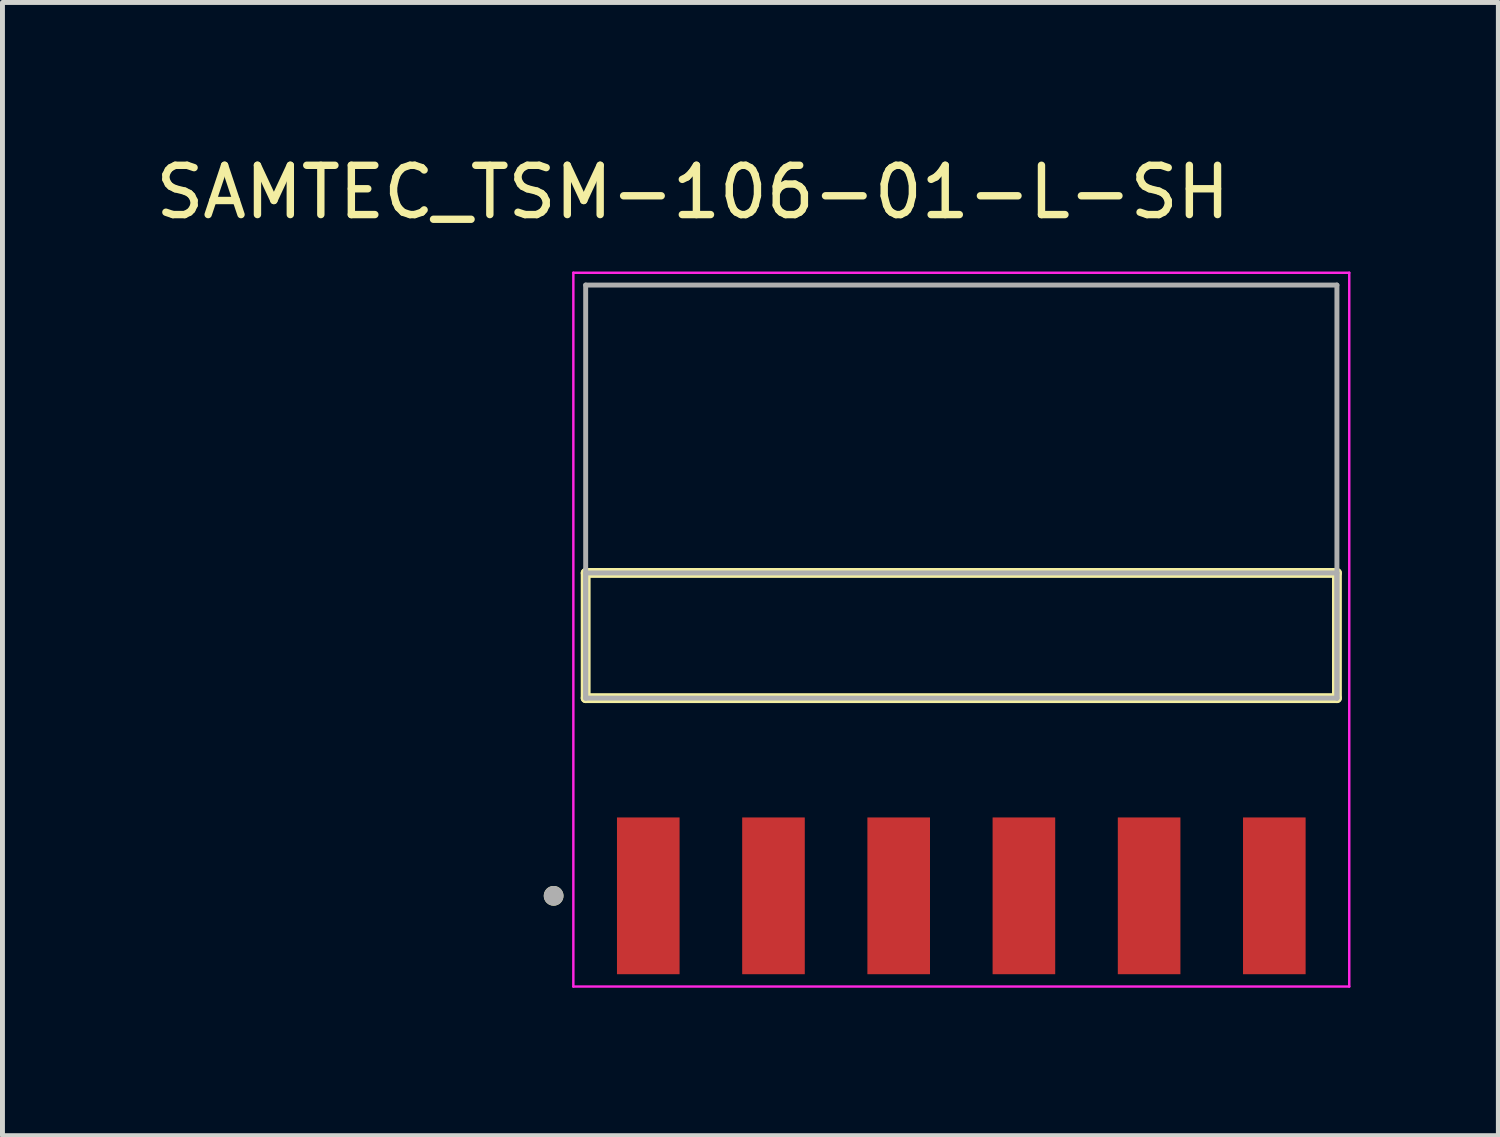
<source format=kicad_pcb>
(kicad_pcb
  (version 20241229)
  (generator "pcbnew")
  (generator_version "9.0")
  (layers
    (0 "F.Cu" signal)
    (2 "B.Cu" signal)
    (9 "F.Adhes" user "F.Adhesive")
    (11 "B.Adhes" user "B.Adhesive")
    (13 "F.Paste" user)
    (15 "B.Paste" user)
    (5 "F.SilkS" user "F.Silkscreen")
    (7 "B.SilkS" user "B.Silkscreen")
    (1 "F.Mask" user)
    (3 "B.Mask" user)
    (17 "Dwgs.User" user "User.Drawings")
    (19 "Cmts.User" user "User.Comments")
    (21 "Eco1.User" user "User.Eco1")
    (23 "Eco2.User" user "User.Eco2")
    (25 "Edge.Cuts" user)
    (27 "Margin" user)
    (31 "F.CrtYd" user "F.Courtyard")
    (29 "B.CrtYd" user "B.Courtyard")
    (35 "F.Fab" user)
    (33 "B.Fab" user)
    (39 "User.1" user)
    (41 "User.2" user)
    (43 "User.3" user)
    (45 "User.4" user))
  (footprint "SAMTEC_TSM-106-01-L-SH"
    (layer "F.Cu")
    (at 16.451 9.843)
    (property "Reference" "SAMTEC_TSM-106-01-L-SH" (at -5.445 -8.995 0) (layer "F.SilkS") (effects (font (size 1 1) (thickness 0.15))))
    (attr smd)
    (fp_line (start -7.62 1.27) (end -7.62 -1.27) (stroke (width 0.2) (type solid)) (layer "F.SilkS"))
    (fp_line (start 7.62 -1.27) (end -7.62 -1.27) (stroke (width 0.2) (type solid)) (layer "F.SilkS"))
    (fp_line (start 7.62 -1.27) (end 7.62 1.27) (stroke (width 0.2) (type solid)) (layer "F.SilkS"))
    (fp_line (start 7.62 1.27) (end -7.62 1.27) (stroke (width 0.2) (type solid)) (layer "F.SilkS"))
    (fp_circle (center -8.27 5.28) (end -8.17 5.28) (stroke (width 0.2) (type solid)) (fill no) (layer "F.SilkS"))
    (fp_line (start -7.87 -7.36) (end 7.87 -7.36) (stroke (width 0.05) (type solid)) (layer "F.CrtYd"))
    (fp_line (start -7.87 7.12) (end -7.87 -7.36) (stroke (width 0.05) (type solid)) (layer "F.CrtYd"))
    (fp_line (start 7.87 -7.36) (end 7.87 7.12) (stroke (width 0.05) (type solid)) (layer "F.CrtYd"))
    (fp_line (start 7.87 7.12) (end -7.87 7.12) (stroke (width 0.05) (type solid)) (layer "F.CrtYd"))
    (fp_line (start -7.62 -7.11) (end 7.62 -7.11) (stroke (width 0.1) (type solid)) (layer "F.Fab"))
    (fp_line (start -7.62 -1.27) (end 7.62 -1.27) (stroke (width 0.1) (type solid)) (layer "F.Fab"))
    (fp_line (start -7.62 1.27) (end -7.62 -7.11) (stroke (width 0.1) (type solid)) (layer "F.Fab"))
    (fp_line (start -7.62 1.27) (end -7.62 -1.27) (stroke (width 0.1) (type solid)) (layer "F.Fab"))
    (fp_line (start 7.62 -7.11) (end 7.62 1.27) (stroke (width 0.1) (type solid)) (layer "F.Fab"))
    (fp_line (start 7.62 -1.27) (end 7.62 1.27) (stroke (width 0.1) (type solid)) (layer "F.Fab"))
    (fp_line (start 7.62 1.27) (end -7.62 1.27) (stroke (width 0.1) (type solid)) (layer "F.Fab"))
    (fp_circle (center -8.27 5.28) (end -8.17 5.28) (stroke (width 0.2) (type solid)) (fill no) (layer "F.Fab"))
    (pad "01" smd rect (at -6.35 5.28) (size 1.27 3.18) (layers "F.Cu" "F.Mask" "F.Paste"))
    (pad "02" smd rect (at -3.81 5.28) (size 1.27 3.18) (layers "F.Cu" "F.Mask" "F.Paste"))
    (pad "03" smd rect (at -1.27 5.28) (size 1.27 3.18) (layers "F.Cu" "F.Mask" "F.Paste"))
    (pad "04" smd rect (at 1.27 5.28) (size 1.27 3.18) (layers "F.Cu" "F.Mask" "F.Paste"))
    (pad "05" smd rect (at 3.81 5.28) (size 1.27 3.18) (layers "F.Cu" "F.Mask" "F.Paste"))
    (pad "06" smd rect (at 6.35 5.28) (size 1.27 3.18) (layers "F.Cu" "F.Mask" "F.Paste")))
  (gr_rect
    (start -3 -3)
    (end 27.346 19.988)
    (stroke (width 0.1) (type default))
    (fill no)
    (layer "Edge.Cuts")))
</source>
